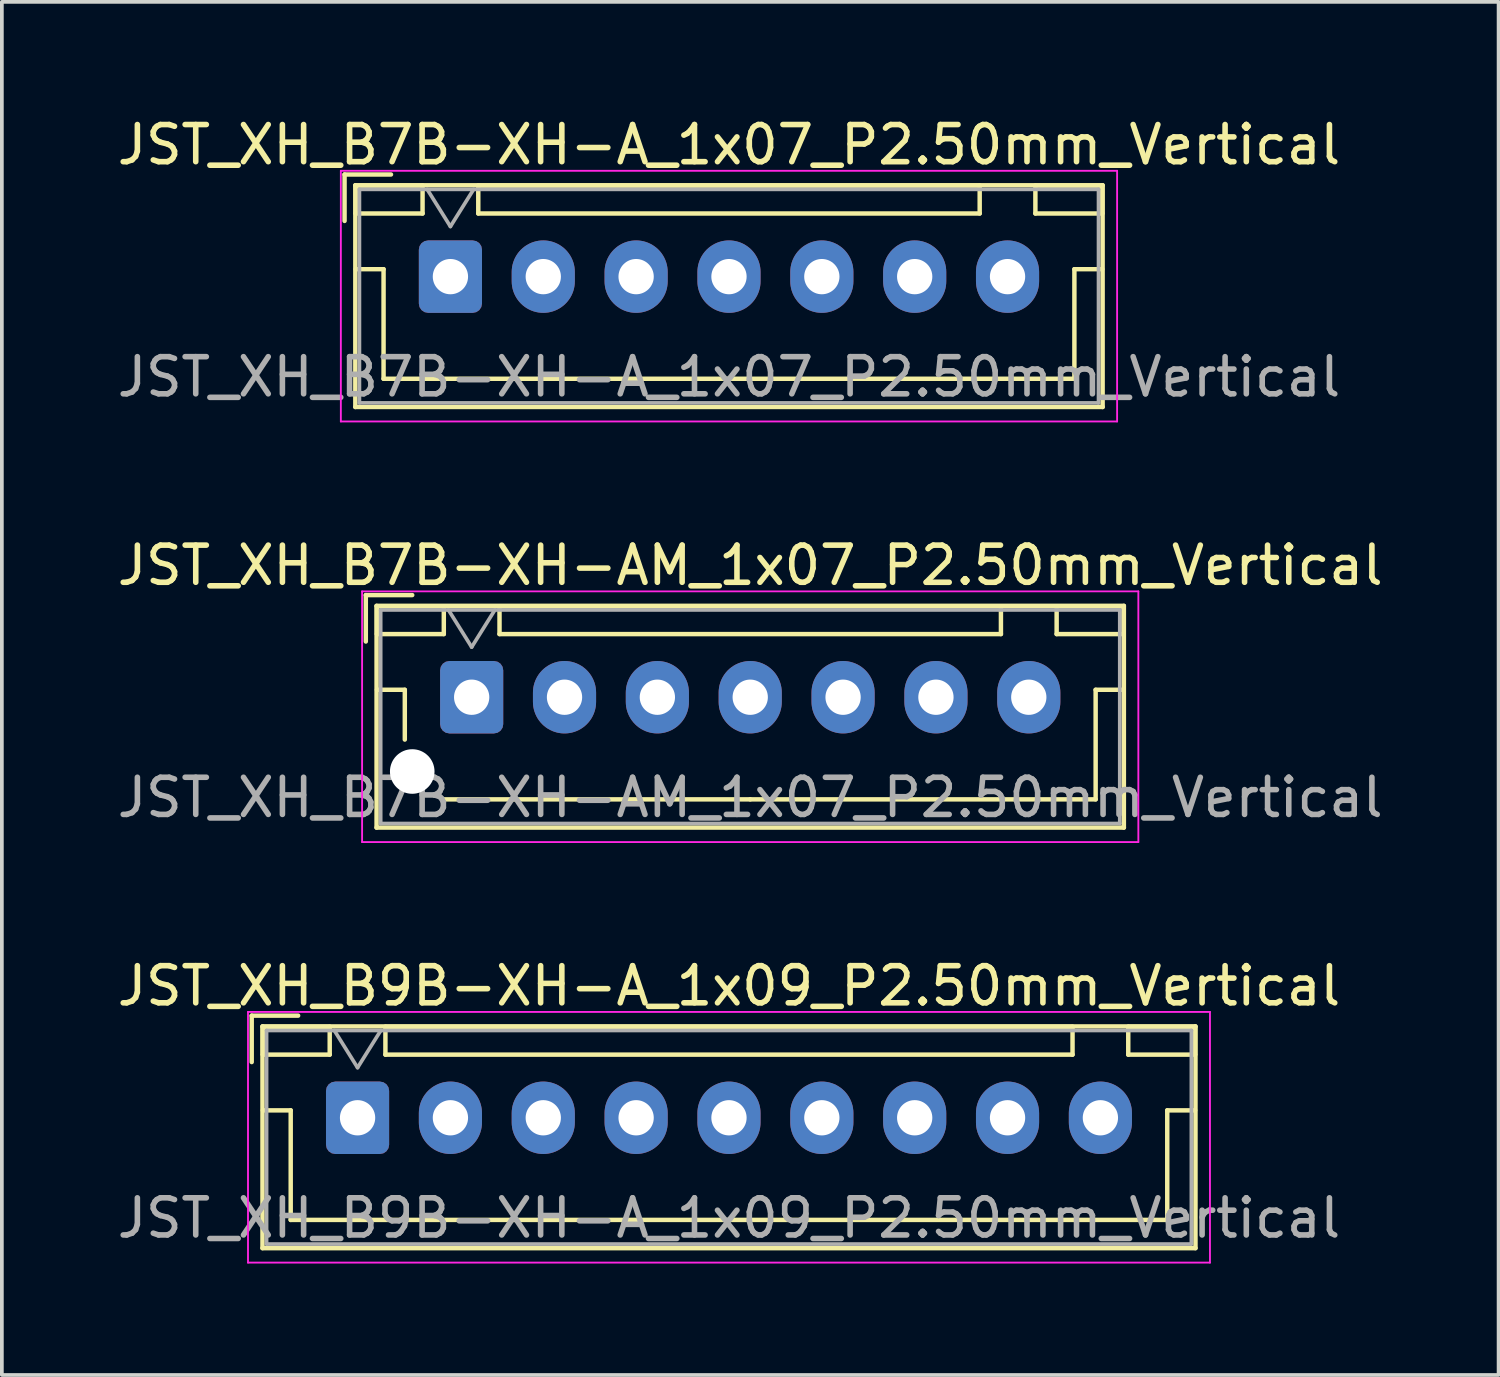
<source format=kicad_pcb>
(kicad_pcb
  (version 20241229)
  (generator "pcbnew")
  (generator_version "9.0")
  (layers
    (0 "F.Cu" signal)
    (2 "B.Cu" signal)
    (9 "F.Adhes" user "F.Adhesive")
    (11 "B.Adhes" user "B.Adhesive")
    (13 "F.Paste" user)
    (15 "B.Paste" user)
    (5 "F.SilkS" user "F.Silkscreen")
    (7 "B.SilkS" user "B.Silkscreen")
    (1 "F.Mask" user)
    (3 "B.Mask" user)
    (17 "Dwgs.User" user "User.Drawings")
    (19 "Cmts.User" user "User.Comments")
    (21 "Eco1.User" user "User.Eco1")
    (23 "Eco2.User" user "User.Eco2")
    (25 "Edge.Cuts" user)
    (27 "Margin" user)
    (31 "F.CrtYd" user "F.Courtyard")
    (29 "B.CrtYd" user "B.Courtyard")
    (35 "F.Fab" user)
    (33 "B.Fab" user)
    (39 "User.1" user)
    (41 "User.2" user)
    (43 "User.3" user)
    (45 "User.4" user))
  (footprint "JST_XH_B9B-XH-A_1x09_P2.50mm_Vertical"
    (layer "F.Cu")
    (at 6.577 27.045)
    (property "Reference" "JST_XH_B9B-XH-A_1x09_P2.50mm_Vertical" (at 10 -3.55 0) (layer "F.SilkS") (effects (font (size 1 1) (thickness 0.15))))
    (attr through_hole)
    (fp_line (start -2.85 -2.75) (end -2.85 -1.5) (stroke (width 0.12) (type solid)) (layer "F.SilkS"))
    (fp_line (start -2.56 -2.46) (end -2.56 3.51) (stroke (width 0.12) (type solid)) (layer "F.SilkS"))
    (fp_line (start -2.56 3.51) (end 22.56 3.51) (stroke (width 0.12) (type solid)) (layer "F.SilkS"))
    (fp_line (start -2.55 -2.45) (end -2.55 -1.7) (stroke (width 0.12) (type solid)) (layer "F.SilkS"))
    (fp_line (start -2.55 -1.7) (end -0.75 -1.7) (stroke (width 0.12) (type solid)) (layer "F.SilkS"))
    (fp_line (start -2.55 -0.2) (end -1.8 -0.2) (stroke (width 0.12) (type solid)) (layer "F.SilkS"))
    (fp_line (start -1.8 -0.2) (end -1.8 2.75) (stroke (width 0.12) (type solid)) (layer "F.SilkS"))
    (fp_line (start -1.8 2.75) (end 10 2.75) (stroke (width 0.12) (type solid)) (layer "F.SilkS"))
    (fp_line (start -1.6 -2.75) (end -2.85 -2.75) (stroke (width 0.12) (type solid)) (layer "F.SilkS"))
    (fp_line (start -0.75 -2.45) (end -2.55 -2.45) (stroke (width 0.12) (type solid)) (layer "F.SilkS"))
    (fp_line (start -0.75 -1.7) (end -0.75 -2.45) (stroke (width 0.12) (type solid)) (layer "F.SilkS"))
    (fp_line (start 0.75 -2.45) (end 0.75 -1.7) (stroke (width 0.12) (type solid)) (layer "F.SilkS"))
    (fp_line (start 0.75 -1.7) (end 19.25 -1.7) (stroke (width 0.12) (type solid)) (layer "F.SilkS"))
    (fp_line (start 19.25 -2.45) (end 0.75 -2.45) (stroke (width 0.12) (type solid)) (layer "F.SilkS"))
    (fp_line (start 19.25 -1.7) (end 19.25 -2.45) (stroke (width 0.12) (type solid)) (layer "F.SilkS"))
    (fp_line (start 20.75 -2.45) (end 20.75 -1.7) (stroke (width 0.12) (type solid)) (layer "F.SilkS"))
    (fp_line (start 20.75 -1.7) (end 22.55 -1.7) (stroke (width 0.12) (type solid)) (layer "F.SilkS"))
    (fp_line (start 21.8 -0.2) (end 21.8 2.75) (stroke (width 0.12) (type solid)) (layer "F.SilkS"))
    (fp_line (start 21.8 2.75) (end 10 2.75) (stroke (width 0.12) (type solid)) (layer "F.SilkS"))
    (fp_line (start 22.55 -2.45) (end 20.75 -2.45) (stroke (width 0.12) (type solid)) (layer "F.SilkS"))
    (fp_line (start 22.55 -1.7) (end 22.55 -2.45) (stroke (width 0.12) (type solid)) (layer "F.SilkS"))
    (fp_line (start 22.55 -0.2) (end 21.8 -0.2) (stroke (width 0.12) (type solid)) (layer "F.SilkS"))
    (fp_line (start 22.56 -2.46) (end -2.56 -2.46) (stroke (width 0.12) (type solid)) (layer "F.SilkS"))
    (fp_line (start 22.56 3.51) (end 22.56 -2.46) (stroke (width 0.12) (type solid)) (layer "F.SilkS"))
    (fp_line (start -2.95 -2.85) (end -2.95 3.9) (stroke (width 0.05) (type solid)) (layer "F.CrtYd"))
    (fp_line (start -2.95 3.9) (end 22.95 3.9) (stroke (width 0.05) (type solid)) (layer "F.CrtYd"))
    (fp_line (start 22.95 -2.85) (end -2.95 -2.85) (stroke (width 0.05) (type solid)) (layer "F.CrtYd"))
    (fp_line (start 22.95 3.9) (end 22.95 -2.85) (stroke (width 0.05) (type solid)) (layer "F.CrtYd"))
    (fp_line (start -2.45 -2.35) (end -2.45 3.4) (stroke (width 0.1) (type solid)) (layer "F.Fab"))
    (fp_line (start -2.45 3.4) (end 22.45 3.4) (stroke (width 0.1) (type solid)) (layer "F.Fab"))
    (fp_line (start -0.625 -2.35) (end 0 -1.35) (stroke (width 0.1) (type solid)) (layer "F.Fab"))
    (fp_line (start 0 -1.35) (end 0.625 -2.35) (stroke (width 0.1) (type solid)) (layer "F.Fab"))
    (fp_line (start 22.45 -2.35) (end -2.45 -2.35) (stroke (width 0.1) (type solid)) (layer "F.Fab"))
    (fp_line (start 22.45 3.4) (end 22.45 -2.35) (stroke (width 0.1) (type solid)) (layer "F.Fab"))
    (fp_text user "${REFERENCE}" (at 10 2.7 0) (layer "F.Fab") (effects (font (size 1 1) (thickness 0.15))))
    (pad "1" thru_hole roundrect (at 0 0) (size 1.7 1.95) (drill 0.95) (layers "*.Cu" "*.Mask") (roundrect_rratio 0.147))
    (pad "2" thru_hole oval (at 2.5 0) (size 1.7 1.95) (drill 0.95) (layers "*.Cu" "*.Mask"))
    (pad "3" thru_hole oval (at 5 0) (size 1.7 1.95) (drill 0.95) (layers "*.Cu" "*.Mask"))
    (pad "4" thru_hole oval (at 7.5 0) (size 1.7 1.95) (drill 0.95) (layers "*.Cu" "*.Mask"))
    (pad "5" thru_hole oval (at 10 0) (size 1.7 1.95) (drill 0.95) (layers "*.Cu" "*.Mask"))
    (pad "6" thru_hole oval (at 12.5 0) (size 1.7 1.95) (drill 0.95) (layers "*.Cu" "*.Mask"))
    (pad "7" thru_hole oval (at 15 0) (size 1.7 1.95) (drill 0.95) (layers "*.Cu" "*.Mask"))
    (pad "8" thru_hole oval (at 17.5 0) (size 1.7 1.95) (drill 0.95) (layers "*.Cu" "*.Mask"))
    (pad "9" thru_hole oval (at 20 0) (size 1.7 1.95) (drill 0.95) (layers "*.Cu" "*.Mask")))
  (footprint "JST_XH_B7B-XH-AM_1x07_P2.50mm_Vertical"
    (layer "F.Cu")
    (at 9.649 15.722)
    (property "Reference" "JST_XH_B7B-XH-AM_1x07_P2.50mm_Vertical" (at 7.5 -3.55 0) (layer "F.SilkS") (effects (font (size 1 1) (thickness 0.15))))
    (attr through_hole)
    (fp_line (start -2.85 -2.75) (end -2.85 -1.5) (stroke (width 0.12) (type solid)) (layer "F.SilkS"))
    (fp_line (start -2.56 -2.46) (end -2.56 3.51) (stroke (width 0.12) (type solid)) (layer "F.SilkS"))
    (fp_line (start -2.56 3.51) (end 17.56 3.51) (stroke (width 0.12) (type solid)) (layer "F.SilkS"))
    (fp_line (start -2.55 -2.45) (end -2.55 -1.7) (stroke (width 0.12) (type solid)) (layer "F.SilkS"))
    (fp_line (start -2.55 -1.7) (end -0.75 -1.7) (stroke (width 0.12) (type solid)) (layer "F.SilkS"))
    (fp_line (start -2.55 -0.2) (end -1.8 -0.2) (stroke (width 0.12) (type solid)) (layer "F.SilkS"))
    (fp_line (start -1.8 -0.2) (end -1.8 1.14) (stroke (width 0.12) (type solid)) (layer "F.SilkS"))
    (fp_line (start -1.6 -2.75) (end -2.85 -2.75) (stroke (width 0.12) (type solid)) (layer "F.SilkS"))
    (fp_line (start -0.75 -2.45) (end -2.55 -2.45) (stroke (width 0.12) (type solid)) (layer "F.SilkS"))
    (fp_line (start -0.75 -1.7) (end -0.75 -2.45) (stroke (width 0.12) (type solid)) (layer "F.SilkS"))
    (fp_line (start 0.75 -2.45) (end 0.75 -1.7) (stroke (width 0.12) (type solid)) (layer "F.SilkS"))
    (fp_line (start 0.75 -1.7) (end 14.25 -1.7) (stroke (width 0.12) (type solid)) (layer "F.SilkS"))
    (fp_line (start 7.5 2.75) (end -0.74 2.75) (stroke (width 0.12) (type solid)) (layer "F.SilkS"))
    (fp_line (start 14.25 -2.45) (end 0.75 -2.45) (stroke (width 0.12) (type solid)) (layer "F.SilkS"))
    (fp_line (start 14.25 -1.7) (end 14.25 -2.45) (stroke (width 0.12) (type solid)) (layer "F.SilkS"))
    (fp_line (start 15.75 -2.45) (end 15.75 -1.7) (stroke (width 0.12) (type solid)) (layer "F.SilkS"))
    (fp_line (start 15.75 -1.7) (end 17.55 -1.7) (stroke (width 0.12) (type solid)) (layer "F.SilkS"))
    (fp_line (start 16.8 -0.2) (end 16.8 2.75) (stroke (width 0.12) (type solid)) (layer "F.SilkS"))
    (fp_line (start 16.8 2.75) (end 7.5 2.75) (stroke (width 0.12) (type solid)) (layer "F.SilkS"))
    (fp_line (start 17.55 -2.45) (end 15.75 -2.45) (stroke (width 0.12) (type solid)) (layer "F.SilkS"))
    (fp_line (start 17.55 -1.7) (end 17.55 -2.45) (stroke (width 0.12) (type solid)) (layer "F.SilkS"))
    (fp_line (start 17.55 -0.2) (end 16.8 -0.2) (stroke (width 0.12) (type solid)) (layer "F.SilkS"))
    (fp_line (start 17.56 -2.46) (end -2.56 -2.46) (stroke (width 0.12) (type solid)) (layer "F.SilkS"))
    (fp_line (start 17.56 3.51) (end 17.56 -2.46) (stroke (width 0.12) (type solid)) (layer "F.SilkS"))
    (fp_line (start -2.95 -2.85) (end -2.95 3.9) (stroke (width 0.05) (type solid)) (layer "F.CrtYd"))
    (fp_line (start -2.95 3.9) (end 17.95 3.9) (stroke (width 0.05) (type solid)) (layer "F.CrtYd"))
    (fp_line (start 17.95 -2.85) (end -2.95 -2.85) (stroke (width 0.05) (type solid)) (layer "F.CrtYd"))
    (fp_line (start 17.95 3.9) (end 17.95 -2.85) (stroke (width 0.05) (type solid)) (layer "F.CrtYd"))
    (fp_line (start -2.45 -2.35) (end -2.45 3.4) (stroke (width 0.1) (type solid)) (layer "F.Fab"))
    (fp_line (start -2.45 3.4) (end 17.45 3.4) (stroke (width 0.1) (type solid)) (layer "F.Fab"))
    (fp_line (start -0.625 -2.35) (end 0 -1.35) (stroke (width 0.1) (type solid)) (layer "F.Fab"))
    (fp_line (start 0 -1.35) (end 0.625 -2.35) (stroke (width 0.1) (type solid)) (layer "F.Fab"))
    (fp_line (start 17.45 -2.35) (end -2.45 -2.35) (stroke (width 0.1) (type solid)) (layer "F.Fab"))
    (fp_line (start 17.45 3.4) (end 17.45 -2.35) (stroke (width 0.1) (type solid)) (layer "F.Fab"))
    (fp_text user "${REFERENCE}" (at 7.5 2.7 0) (layer "F.Fab") (effects (font (size 1 1) (thickness 0.15))))
    (pad "" np_thru_hole circle (at -1.6 2) (size 1.2 1.2) (drill 1.2) (layers "*.Cu" "*.Mask"))
    (pad "1" thru_hole roundrect (at 0 0) (size 1.7 1.95) (drill 0.95) (layers "*.Cu" "*.Mask") (roundrect_rratio 0.147))
    (pad "2" thru_hole oval (at 2.5 0) (size 1.7 1.95) (drill 0.95) (layers "*.Cu" "*.Mask"))
    (pad "3" thru_hole oval (at 5 0) (size 1.7 1.95) (drill 0.95) (layers "*.Cu" "*.Mask"))
    (pad "4" thru_hole oval (at 7.5 0) (size 1.7 1.95) (drill 0.95) (layers "*.Cu" "*.Mask"))
    (pad "5" thru_hole oval (at 10 0) (size 1.7 1.95) (drill 0.95) (layers "*.Cu" "*.Mask"))
    (pad "6" thru_hole oval (at 12.5 0) (size 1.7 1.95) (drill 0.95) (layers "*.Cu" "*.Mask"))
    (pad "7" thru_hole oval (at 15 0) (size 1.7 1.95) (drill 0.95) (layers "*.Cu" "*.Mask")))
  (footprint "JST_XH_B7B-XH-A_1x07_P2.50mm_Vertical"
    (layer "F.Cu")
    (at 9.077 4.398)
    (property "Reference" "JST_XH_B7B-XH-A_1x07_P2.50mm_Vertical" (at 7.5 -3.55 0) (layer "F.SilkS") (effects (font (size 1 1) (thickness 0.15))))
    (attr through_hole)
    (fp_line (start -2.85 -2.75) (end -2.85 -1.5) (stroke (width 0.12) (type solid)) (layer "F.SilkS"))
    (fp_line (start -2.56 -2.46) (end -2.56 3.51) (stroke (width 0.12) (type solid)) (layer "F.SilkS"))
    (fp_line (start -2.56 3.51) (end 17.56 3.51) (stroke (width 0.12) (type solid)) (layer "F.SilkS"))
    (fp_line (start -2.55 -2.45) (end -2.55 -1.7) (stroke (width 0.12) (type solid)) (layer "F.SilkS"))
    (fp_line (start -2.55 -1.7) (end -0.75 -1.7) (stroke (width 0.12) (type solid)) (layer "F.SilkS"))
    (fp_line (start -2.55 -0.2) (end -1.8 -0.2) (stroke (width 0.12) (type solid)) (layer "F.SilkS"))
    (fp_line (start -1.8 -0.2) (end -1.8 2.75) (stroke (width 0.12) (type solid)) (layer "F.SilkS"))
    (fp_line (start -1.8 2.75) (end 7.5 2.75) (stroke (width 0.12) (type solid)) (layer "F.SilkS"))
    (fp_line (start -1.6 -2.75) (end -2.85 -2.75) (stroke (width 0.12) (type solid)) (layer "F.SilkS"))
    (fp_line (start -0.75 -2.45) (end -2.55 -2.45) (stroke (width 0.12) (type solid)) (layer "F.SilkS"))
    (fp_line (start -0.75 -1.7) (end -0.75 -2.45) (stroke (width 0.12) (type solid)) (layer "F.SilkS"))
    (fp_line (start 0.75 -2.45) (end 0.75 -1.7) (stroke (width 0.12) (type solid)) (layer "F.SilkS"))
    (fp_line (start 0.75 -1.7) (end 14.25 -1.7) (stroke (width 0.12) (type solid)) (layer "F.SilkS"))
    (fp_line (start 14.25 -2.45) (end 0.75 -2.45) (stroke (width 0.12) (type solid)) (layer "F.SilkS"))
    (fp_line (start 14.25 -1.7) (end 14.25 -2.45) (stroke (width 0.12) (type solid)) (layer "F.SilkS"))
    (fp_line (start 15.75 -2.45) (end 15.75 -1.7) (stroke (width 0.12) (type solid)) (layer "F.SilkS"))
    (fp_line (start 15.75 -1.7) (end 17.55 -1.7) (stroke (width 0.12) (type solid)) (layer "F.SilkS"))
    (fp_line (start 16.8 -0.2) (end 16.8 2.75) (stroke (width 0.12) (type solid)) (layer "F.SilkS"))
    (fp_line (start 16.8 2.75) (end 7.5 2.75) (stroke (width 0.12) (type solid)) (layer "F.SilkS"))
    (fp_line (start 17.55 -2.45) (end 15.75 -2.45) (stroke (width 0.12) (type solid)) (layer "F.SilkS"))
    (fp_line (start 17.55 -1.7) (end 17.55 -2.45) (stroke (width 0.12) (type solid)) (layer "F.SilkS"))
    (fp_line (start 17.55 -0.2) (end 16.8 -0.2) (stroke (width 0.12) (type solid)) (layer "F.SilkS"))
    (fp_line (start 17.56 -2.46) (end -2.56 -2.46) (stroke (width 0.12) (type solid)) (layer "F.SilkS"))
    (fp_line (start 17.56 3.51) (end 17.56 -2.46) (stroke (width 0.12) (type solid)) (layer "F.SilkS"))
    (fp_line (start -2.95 -2.85) (end -2.95 3.9) (stroke (width 0.05) (type solid)) (layer "F.CrtYd"))
    (fp_line (start -2.95 3.9) (end 17.95 3.9) (stroke (width 0.05) (type solid)) (layer "F.CrtYd"))
    (fp_line (start 17.95 -2.85) (end -2.95 -2.85) (stroke (width 0.05) (type solid)) (layer "F.CrtYd"))
    (fp_line (start 17.95 3.9) (end 17.95 -2.85) (stroke (width 0.05) (type solid)) (layer "F.CrtYd"))
    (fp_line (start -2.45 -2.35) (end -2.45 3.4) (stroke (width 0.1) (type solid)) (layer "F.Fab"))
    (fp_line (start -2.45 3.4) (end 17.45 3.4) (stroke (width 0.1) (type solid)) (layer "F.Fab"))
    (fp_line (start -0.625 -2.35) (end 0 -1.35) (stroke (width 0.1) (type solid)) (layer "F.Fab"))
    (fp_line (start 0 -1.35) (end 0.625 -2.35) (stroke (width 0.1) (type solid)) (layer "F.Fab"))
    (fp_line (start 17.45 -2.35) (end -2.45 -2.35) (stroke (width 0.1) (type solid)) (layer "F.Fab"))
    (fp_line (start 17.45 3.4) (end 17.45 -2.35) (stroke (width 0.1) (type solid)) (layer "F.Fab"))
    (fp_text user "${REFERENCE}" (at 7.5 2.7 0) (layer "F.Fab") (effects (font (size 1 1) (thickness 0.15))))
    (pad "1" thru_hole roundrect (at 0 0) (size 1.7 1.95) (drill 0.95) (layers "*.Cu" "*.Mask") (roundrect_rratio 0.147))
    (pad "2" thru_hole oval (at 2.5 0) (size 1.7 1.95) (drill 0.95) (layers "*.Cu" "*.Mask"))
    (pad "3" thru_hole oval (at 5 0) (size 1.7 1.95) (drill 0.95) (layers "*.Cu" "*.Mask"))
    (pad "4" thru_hole oval (at 7.5 0) (size 1.7 1.95) (drill 0.95) (layers "*.Cu" "*.Mask"))
    (pad "5" thru_hole oval (at 10 0) (size 1.7 1.95) (drill 0.95) (layers "*.Cu" "*.Mask"))
    (pad "6" thru_hole oval (at 12.5 0) (size 1.7 1.95) (drill 0.95) (layers "*.Cu" "*.Mask"))
    (pad "7" thru_hole oval (at 15 0) (size 1.7 1.95) (drill 0.95) (layers "*.Cu" "*.Mask")))
  (gr_rect
    (start -3 -3)
    (end 37.298 33.97)
    (stroke (width 0.1) (type default))
    (fill no)
    (layer "Edge.Cuts")))
</source>
